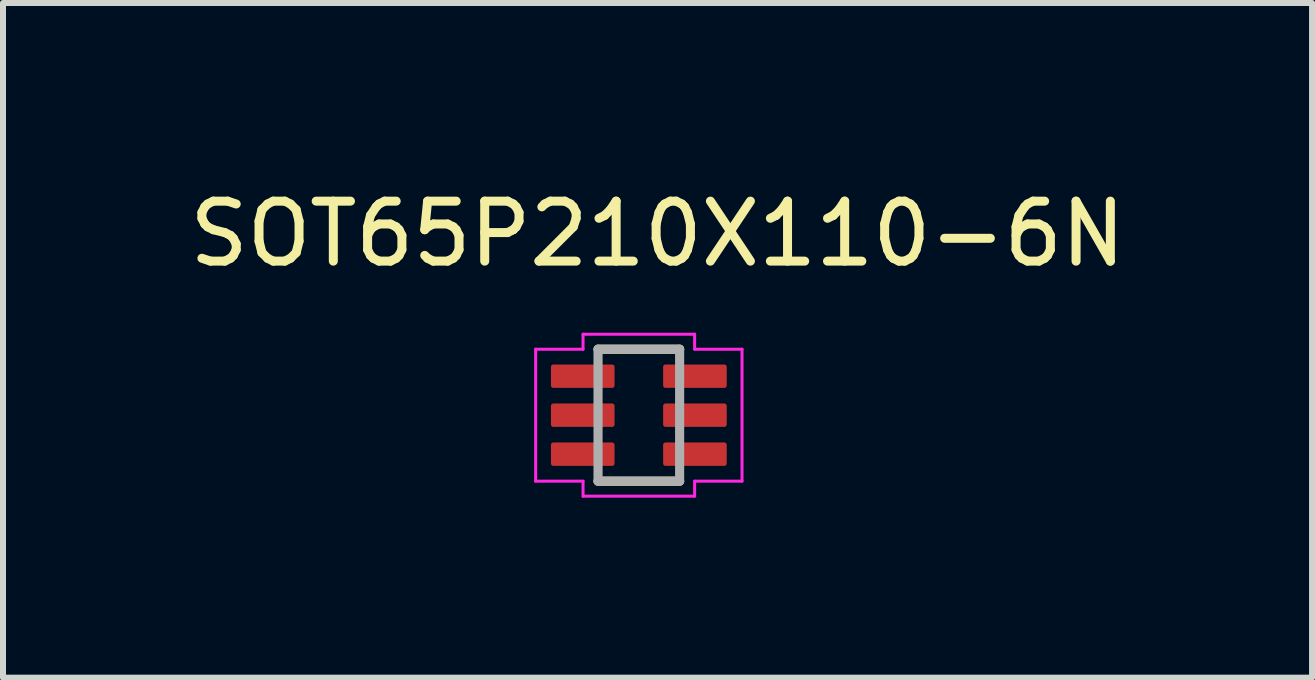
<source format=kicad_pcb>
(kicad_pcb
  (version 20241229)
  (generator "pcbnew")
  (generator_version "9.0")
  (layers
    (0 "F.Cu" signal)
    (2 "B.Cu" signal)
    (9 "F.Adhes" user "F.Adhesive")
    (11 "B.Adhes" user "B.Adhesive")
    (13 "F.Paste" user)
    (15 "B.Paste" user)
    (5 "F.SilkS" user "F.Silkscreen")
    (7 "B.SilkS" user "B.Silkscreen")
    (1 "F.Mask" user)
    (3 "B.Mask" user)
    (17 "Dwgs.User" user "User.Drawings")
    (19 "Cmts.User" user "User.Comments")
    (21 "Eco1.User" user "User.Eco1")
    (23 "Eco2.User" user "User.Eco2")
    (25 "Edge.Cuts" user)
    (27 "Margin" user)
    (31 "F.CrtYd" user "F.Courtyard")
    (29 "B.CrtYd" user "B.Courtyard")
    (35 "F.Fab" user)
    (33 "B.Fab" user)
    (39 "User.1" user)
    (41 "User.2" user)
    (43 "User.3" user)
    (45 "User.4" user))
  (footprint "SOT65P210X110-6N"
    (layer "F.Cu")
    (at 7.599 3.871)
    (property "Reference" "SOT65P210X110-6N" (at 0.312 -3.023 0) (layer "F.SilkS") (effects (font (size 1 1) (thickness 0.15))))
    (attr smd)
    (fp_line (start -0.68 1.1) (end 0.68 1.1) (stroke (width 0.152) (type solid)) (layer "F.SilkS"))
    (fp_line (start 0.68 -1.1) (end -0.68 -1.1) (stroke (width 0.152) (type solid)) (layer "F.SilkS"))
    (fp_line (start -1.72 -1.1) (end -0.93 -1.1) (stroke (width 0.05) (type solid)) (layer "F.CrtYd"))
    (fp_line (start -1.72 1.1) (end -1.72 -1.1) (stroke (width 0.05) (type solid)) (layer "F.CrtYd"))
    (fp_line (start -0.93 -1.35) (end 0.93 -1.35) (stroke (width 0.05) (type solid)) (layer "F.CrtYd"))
    (fp_line (start -0.93 -1.1) (end -0.93 -1.35) (stroke (width 0.05) (type solid)) (layer "F.CrtYd"))
    (fp_line (start -0.93 1.1) (end -1.72 1.1) (stroke (width 0.05) (type solid)) (layer "F.CrtYd"))
    (fp_line (start -0.93 1.35) (end -0.93 1.1) (stroke (width 0.05) (type solid)) (layer "F.CrtYd"))
    (fp_line (start 0.93 -1.35) (end 0.93 -1.1) (stroke (width 0.05) (type solid)) (layer "F.CrtYd"))
    (fp_line (start 0.93 -1.1) (end 1.72 -1.1) (stroke (width 0.05) (type solid)) (layer "F.CrtYd"))
    (fp_line (start 0.93 1.1) (end 0.93 1.35) (stroke (width 0.05) (type solid)) (layer "F.CrtYd"))
    (fp_line (start 0.93 1.35) (end -0.93 1.35) (stroke (width 0.05) (type solid)) (layer "F.CrtYd"))
    (fp_line (start 1.72 -1.1) (end 1.72 1.1) (stroke (width 0.05) (type solid)) (layer "F.CrtYd"))
    (fp_line (start 1.72 1.1) (end 0.93 1.1) (stroke (width 0.05) (type solid)) (layer "F.CrtYd"))
    (fp_line (start -0.68 -1.1) (end -0.68 1.1) (stroke (width 0.152) (type solid)) (layer "F.Fab"))
    (fp_line (start -0.68 1.1) (end 0.68 1.1) (stroke (width 0.152) (type solid)) (layer "F.Fab"))
    (fp_line (start 0.68 -1.1) (end -0.68 -1.1) (stroke (width 0.152) (type solid)) (layer "F.Fab"))
    (fp_line (start 0.68 1.1) (end 0.68 -1.1) (stroke (width 0.152) (type solid)) (layer "F.Fab"))
    (pad "1" smd roundrect (at -0.935 -0.65) (size 1.06 0.39) (layers "F.Cu" "F.Mask" "F.Paste") (roundrect_rratio 0.1))
    (pad "2" smd roundrect (at -0.935 0) (size 1.06 0.39) (layers "F.Cu" "F.Mask" "F.Paste") (roundrect_rratio 0.1))
    (pad "3" smd roundrect (at -0.935 0.65) (size 1.06 0.39) (layers "F.Cu" "F.Mask" "F.Paste") (roundrect_rratio 0.1))
    (pad "4" smd roundrect (at 0.935 0.65) (size 1.06 0.39) (layers "F.Cu" "F.Mask" "F.Paste") (roundrect_rratio 0.1))
    (pad "5" smd roundrect (at 0.935 0) (size 1.06 0.39) (layers "F.Cu" "F.Mask" "F.Paste") (roundrect_rratio 0.1))
    (pad "6" smd roundrect (at 0.935 -0.65) (size 1.06 0.39) (layers "F.Cu" "F.Mask" "F.Paste") (roundrect_rratio 0.1)))
  (gr_rect
    (start -3 -3)
    (end 18.821 8.246)
    (stroke (width 0.1) (type default))
    (fill no)
    (layer "Edge.Cuts")))
</source>
